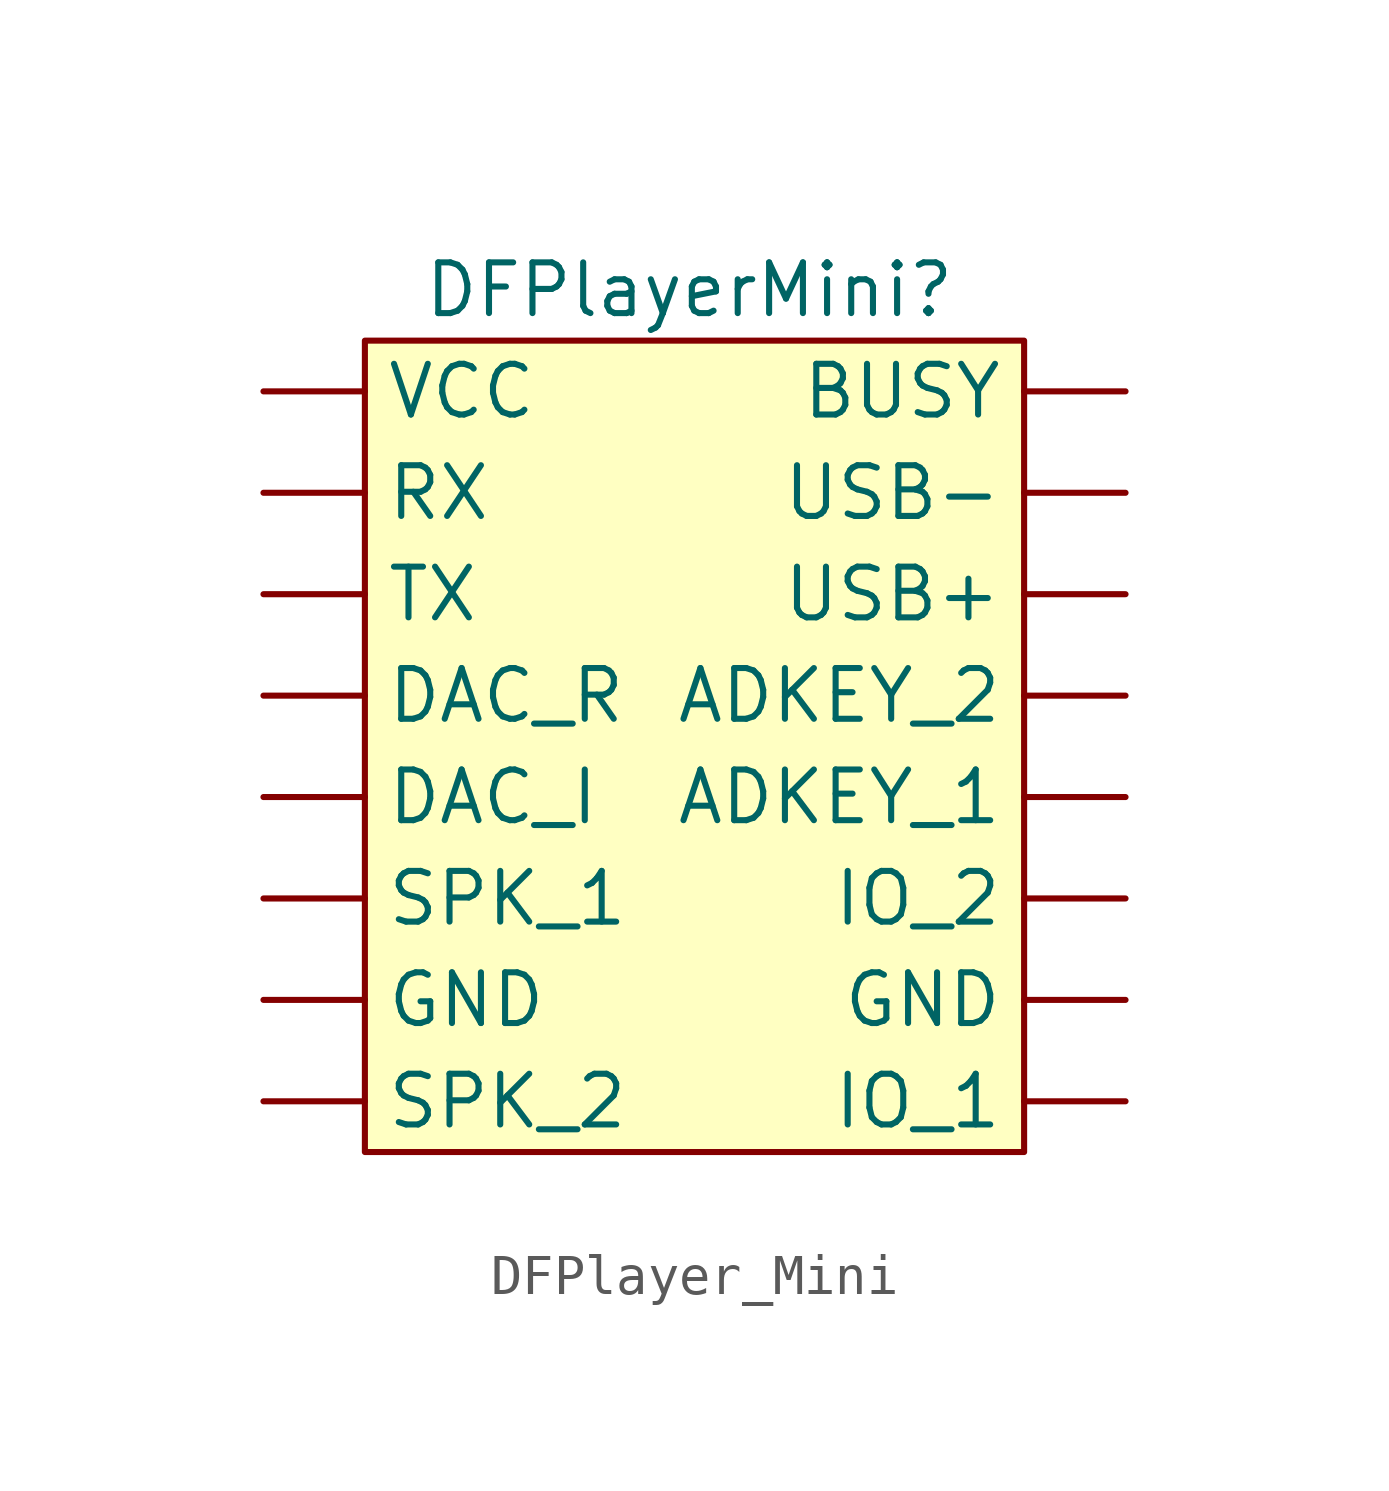
<source format=kicad_sym>
(kicad_symbol_lib
  (version 20231120)
  (generator "kicad_symbol_editor")
  (generator_version "8.0")
  (symbol "DFPlayer_Mini"
    (property "Reference" "DFPlayerMini"
      (at 1.778 8.89 0)
      (effects (font (size 1.27 1.27))))
    (property "Value" ""
      (at -3.81 0 0)
      (effects (font (size 1.27 1.27))))
    (symbol "DFPlayer_Mini_1_1"
      (rectangle (start -6.35 7.62) (end 10.16 -12.7) (stroke (width 0) (type default)) (fill (type background)))
      (pin input line (at 12.7 -3.81 180) (length 2.54) (name "ADKEY_1" (effects (font (size 1.27 1.27)))) (number "" (effects (font (size 1.27 1.27)))))
      (pin input line (at 12.7 -1.27 180) (length 2.54) (name "ADKEY_2" (effects (font (size 1.27 1.27)))) (number "" (effects (font (size 1.27 1.27)))))
      (pin input line (at 12.7 6.35 180) (length 2.54) (name "BUSY" (effects (font (size 1.27 1.27)))) (number "" (effects (font (size 1.27 1.27)))))
      (pin input line (at -8.89 -3.81 0) (length 2.54) (name "DAC_I" (effects (font (size 1.27 1.27)))) (number "" (effects (font (size 1.27 1.27)))))
      (pin input line (at -8.89 -1.27 0) (length 2.54) (name "DAC_R" (effects (font (size 1.27 1.27)))) (number "" (effects (font (size 1.27 1.27)))))
      (pin input line (at -8.89 -8.89 0) (length 2.54) (name "GND" (effects (font (size 1.27 1.27)))) (number "" (effects (font (size 1.27 1.27)))))
      (pin input line (at 12.7 -8.89 180) (length 2.54) (name "GND" (effects (font (size 1.27 1.27)))) (number "" (effects (font (size 1.27 1.27)))))
      (pin input line (at 12.7 -11.43 180) (length 2.54) (name "IO_1" (effects (font (size 1.27 1.27)))) (number "" (effects (font (size 1.27 1.27)))))
      (pin input line (at 12.7 -6.35 180) (length 2.54) (name "IO_2" (effects (font (size 1.27 1.27)))) (number "" (effects (font (size 1.27 1.27)))))
      (pin input line (at -8.89 3.81 0) (length 2.54) (name "RX" (effects (font (size 1.27 1.27)))) (number "" (effects (font (size 1.27 1.27)))))
      (pin input line (at -8.89 -6.35 0) (length 2.54) (name "SPK_1" (effects (font (size 1.27 1.27)))) (number "" (effects (font (size 1.27 1.27)))))
      (pin input line (at -8.89 -11.43 0) (length 2.54) (name "SPK_2" (effects (font (size 1.27 1.27)))) (number "" (effects (font (size 1.27 1.27)))))
      (pin input line (at -8.89 1.27 0) (length 2.54) (name "TX" (effects (font (size 1.27 1.27)))) (number "" (effects (font (size 1.27 1.27)))))
      (pin input line (at 12.7 1.27 180) (length 2.54) (name "USB+" (effects (font (size 1.27 1.27)))) (number "" (effects (font (size 1.27 1.27)))))
      (pin input line (at 12.7 3.81 180) (length 2.54) (name "USB-" (effects (font (size 1.27 1.27)))) (number "" (effects (font (size 1.27 1.27)))))
      (pin input line (at -8.89 6.35 0) (length 2.54) (name "VCC" (effects (font (size 1.27 1.27)))) (number "" (effects (font (size 1.27 1.27))))))))
</source>
